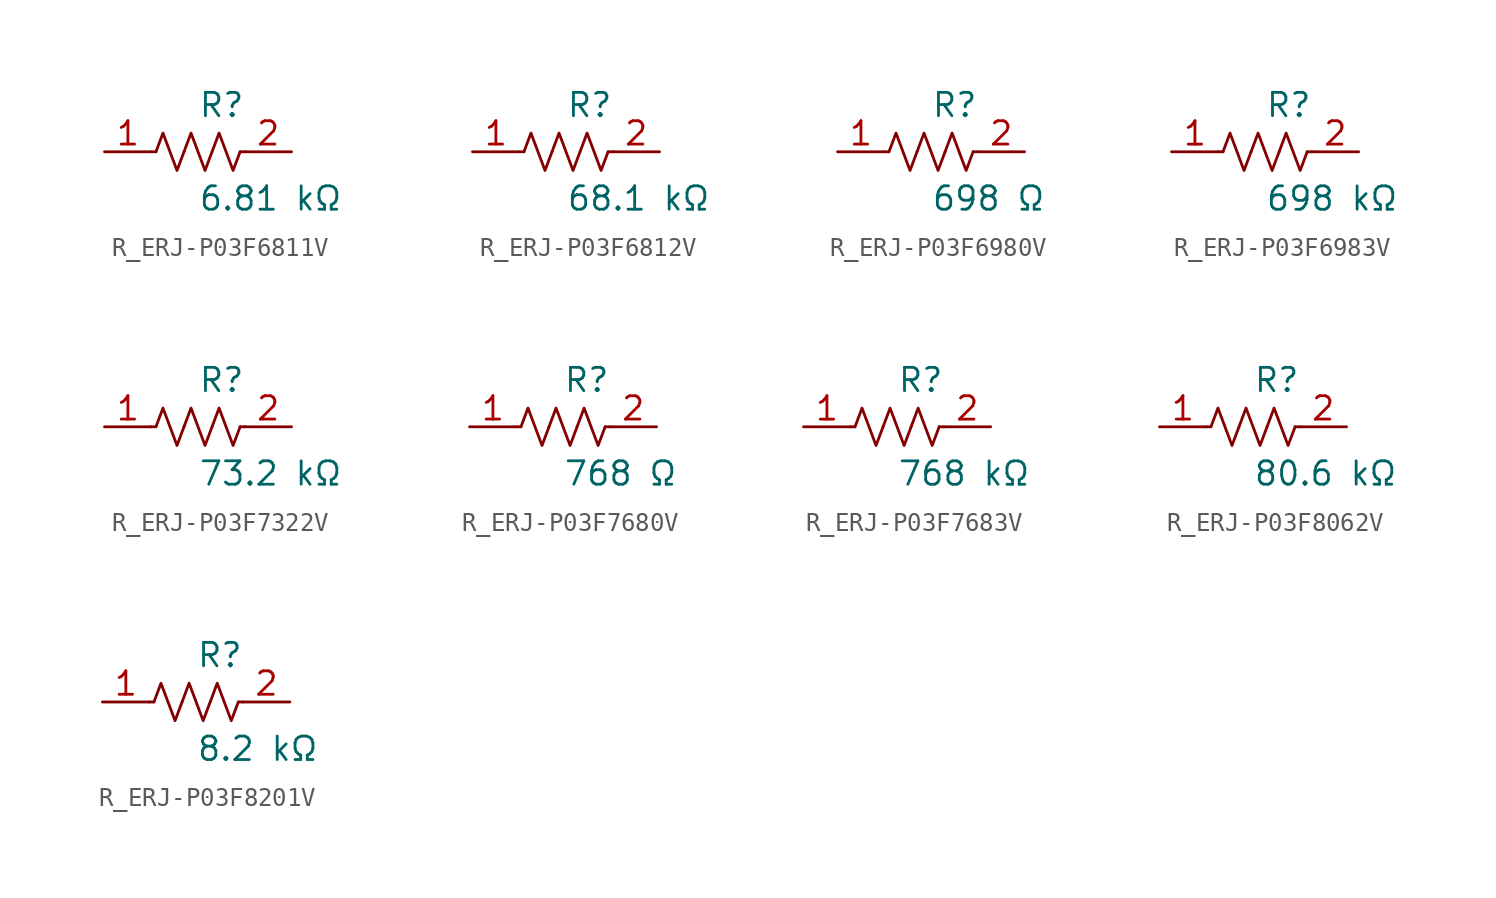
<source format=kicad_sym>
(kicad_symbol_lib
  (version 20231120)
  (generator kicad_symbol_editor)
  (generator_version 8.0)
  (symbol "R_ERJ-P03F6811V"
    (pin_names
      (offset 0.254))
    (property "Reference" "R"
      (at 0.0 2.54 0)
      (effects (font (size 1.27 1.27)) (justify left)))
    (property "Value" "6.81 kΩ"
      (at 0.0 -2.54 0)
      (effects (font (size 1.27 1.27)) (justify left)))
    (symbol "R_ERJ-P03F6811V_0_1"
      (polyline (pts (xy 2.286 0) (xy 2.54 0)) (stroke (width 0) (type default)) (fill (type none)))
      (polyline (pts (xy -2.286 0) (xy -2.54 0)) (stroke (width 0) (type default)) (fill (type none)))
      (polyline (pts (xy 0.762 0) (xy 1.143 1.016) (xy 1.524 0) (xy 1.905 -1.016) (xy 2.286 0)) (stroke (width 0) (type default)) (fill (type none)))
      (polyline (pts (xy -0.762 0) (xy -0.381 1.016) (xy 0 0) (xy 0.381 -1.016) (xy 0.762 0)) (stroke (width 0) (type default)) (fill (type none)))
      (polyline (pts (xy -2.286 0) (xy -1.905 1.016) (xy -1.524 0) (xy -1.143 -1.016) (xy -0.762 0)) (stroke (width 0) (type default)) (fill (type none))))
    (pin unspecified line
      (at -5.08 0 0)
      (length 2.54)
      (name "" (effects (font (size 1.27 1.27))))
      (number "1" (effects (font (size 1.27 1.27)))))
    (pin unspecified line
      (at 5.08 0 180)
      (length 2.54)
      (name "" (effects (font (size 1.27 1.27))))
      (number "2" (effects (font (size 1.27 1.27))))))
  (symbol "R_ERJ-P03F6812V"
    (pin_names
      (offset 0.254))
    (property "Reference" "R"
      (at 0.0 2.54 0)
      (effects (font (size 1.27 1.27)) (justify left)))
    (property "Value" "68.1 kΩ"
      (at 0.0 -2.54 0)
      (effects (font (size 1.27 1.27)) (justify left)))
    (symbol "R_ERJ-P03F6812V_0_1"
      (polyline (pts (xy 2.286 0) (xy 2.54 0)) (stroke (width 0) (type default)) (fill (type none)))
      (polyline (pts (xy -2.286 0) (xy -2.54 0)) (stroke (width 0) (type default)) (fill (type none)))
      (polyline (pts (xy 0.762 0) (xy 1.143 1.016) (xy 1.524 0) (xy 1.905 -1.016) (xy 2.286 0)) (stroke (width 0) (type default)) (fill (type none)))
      (polyline (pts (xy -0.762 0) (xy -0.381 1.016) (xy 0 0) (xy 0.381 -1.016) (xy 0.762 0)) (stroke (width 0) (type default)) (fill (type none)))
      (polyline (pts (xy -2.286 0) (xy -1.905 1.016) (xy -1.524 0) (xy -1.143 -1.016) (xy -0.762 0)) (stroke (width 0) (type default)) (fill (type none))))
    (pin unspecified line
      (at -5.08 0 0)
      (length 2.54)
      (name "" (effects (font (size 1.27 1.27))))
      (number "1" (effects (font (size 1.27 1.27)))))
    (pin unspecified line
      (at 5.08 0 180)
      (length 2.54)
      (name "" (effects (font (size 1.27 1.27))))
      (number "2" (effects (font (size 1.27 1.27))))))
  (symbol "R_ERJ-P03F6980V"
    (pin_names
      (offset 0.254))
    (property "Reference" "R"
      (at 0.0 2.54 0)
      (effects (font (size 1.27 1.27)) (justify left)))
    (property "Value" "698 Ω"
      (at 0.0 -2.54 0)
      (effects (font (size 1.27 1.27)) (justify left)))
    (symbol "R_ERJ-P03F6980V_0_1"
      (polyline (pts (xy 2.286 0) (xy 2.54 0)) (stroke (width 0) (type default)) (fill (type none)))
      (polyline (pts (xy -2.286 0) (xy -2.54 0)) (stroke (width 0) (type default)) (fill (type none)))
      (polyline (pts (xy 0.762 0) (xy 1.143 1.016) (xy 1.524 0) (xy 1.905 -1.016) (xy 2.286 0)) (stroke (width 0) (type default)) (fill (type none)))
      (polyline (pts (xy -0.762 0) (xy -0.381 1.016) (xy 0 0) (xy 0.381 -1.016) (xy 0.762 0)) (stroke (width 0) (type default)) (fill (type none)))
      (polyline (pts (xy -2.286 0) (xy -1.905 1.016) (xy -1.524 0) (xy -1.143 -1.016) (xy -0.762 0)) (stroke (width 0) (type default)) (fill (type none))))
    (pin unspecified line
      (at -5.08 0 0)
      (length 2.54)
      (name "" (effects (font (size 1.27 1.27))))
      (number "1" (effects (font (size 1.27 1.27)))))
    (pin unspecified line
      (at 5.08 0 180)
      (length 2.54)
      (name "" (effects (font (size 1.27 1.27))))
      (number "2" (effects (font (size 1.27 1.27))))))
  (symbol "R_ERJ-P03F6983V"
    (pin_names
      (offset 0.254))
    (property "Reference" "R"
      (at 0.0 2.54 0)
      (effects (font (size 1.27 1.27)) (justify left)))
    (property "Value" "698 kΩ"
      (at 0.0 -2.54 0)
      (effects (font (size 1.27 1.27)) (justify left)))
    (symbol "R_ERJ-P03F6983V_0_1"
      (polyline (pts (xy 2.286 0) (xy 2.54 0)) (stroke (width 0) (type default)) (fill (type none)))
      (polyline (pts (xy -2.286 0) (xy -2.54 0)) (stroke (width 0) (type default)) (fill (type none)))
      (polyline (pts (xy 0.762 0) (xy 1.143 1.016) (xy 1.524 0) (xy 1.905 -1.016) (xy 2.286 0)) (stroke (width 0) (type default)) (fill (type none)))
      (polyline (pts (xy -0.762 0) (xy -0.381 1.016) (xy 0 0) (xy 0.381 -1.016) (xy 0.762 0)) (stroke (width 0) (type default)) (fill (type none)))
      (polyline (pts (xy -2.286 0) (xy -1.905 1.016) (xy -1.524 0) (xy -1.143 -1.016) (xy -0.762 0)) (stroke (width 0) (type default)) (fill (type none))))
    (pin unspecified line
      (at -5.08 0 0)
      (length 2.54)
      (name "" (effects (font (size 1.27 1.27))))
      (number "1" (effects (font (size 1.27 1.27)))))
    (pin unspecified line
      (at 5.08 0 180)
      (length 2.54)
      (name "" (effects (font (size 1.27 1.27))))
      (number "2" (effects (font (size 1.27 1.27))))))
  (symbol "R_ERJ-P03F7322V"
    (pin_names
      (offset 0.254))
    (property "Reference" "R"
      (at 0.0 2.54 0)
      (effects (font (size 1.27 1.27)) (justify left)))
    (property "Value" "73.2 kΩ"
      (at 0.0 -2.54 0)
      (effects (font (size 1.27 1.27)) (justify left)))
    (symbol "R_ERJ-P03F7322V_0_1"
      (polyline (pts (xy 2.286 0) (xy 2.54 0)) (stroke (width 0) (type default)) (fill (type none)))
      (polyline (pts (xy -2.286 0) (xy -2.54 0)) (stroke (width 0) (type default)) (fill (type none)))
      (polyline (pts (xy 0.762 0) (xy 1.143 1.016) (xy 1.524 0) (xy 1.905 -1.016) (xy 2.286 0)) (stroke (width 0) (type default)) (fill (type none)))
      (polyline (pts (xy -0.762 0) (xy -0.381 1.016) (xy 0 0) (xy 0.381 -1.016) (xy 0.762 0)) (stroke (width 0) (type default)) (fill (type none)))
      (polyline (pts (xy -2.286 0) (xy -1.905 1.016) (xy -1.524 0) (xy -1.143 -1.016) (xy -0.762 0)) (stroke (width 0) (type default)) (fill (type none))))
    (pin unspecified line
      (at -5.08 0 0)
      (length 2.54)
      (name "" (effects (font (size 1.27 1.27))))
      (number "1" (effects (font (size 1.27 1.27)))))
    (pin unspecified line
      (at 5.08 0 180)
      (length 2.54)
      (name "" (effects (font (size 1.27 1.27))))
      (number "2" (effects (font (size 1.27 1.27))))))
  (symbol "R_ERJ-P03F7680V"
    (pin_names
      (offset 0.254))
    (property "Reference" "R"
      (at 0.0 2.54 0)
      (effects (font (size 1.27 1.27)) (justify left)))
    (property "Value" "768 Ω"
      (at 0.0 -2.54 0)
      (effects (font (size 1.27 1.27)) (justify left)))
    (symbol "R_ERJ-P03F7680V_0_1"
      (polyline (pts (xy 2.286 0) (xy 2.54 0)) (stroke (width 0) (type default)) (fill (type none)))
      (polyline (pts (xy -2.286 0) (xy -2.54 0)) (stroke (width 0) (type default)) (fill (type none)))
      (polyline (pts (xy 0.762 0) (xy 1.143 1.016) (xy 1.524 0) (xy 1.905 -1.016) (xy 2.286 0)) (stroke (width 0) (type default)) (fill (type none)))
      (polyline (pts (xy -0.762 0) (xy -0.381 1.016) (xy 0 0) (xy 0.381 -1.016) (xy 0.762 0)) (stroke (width 0) (type default)) (fill (type none)))
      (polyline (pts (xy -2.286 0) (xy -1.905 1.016) (xy -1.524 0) (xy -1.143 -1.016) (xy -0.762 0)) (stroke (width 0) (type default)) (fill (type none))))
    (pin unspecified line
      (at -5.08 0 0)
      (length 2.54)
      (name "" (effects (font (size 1.27 1.27))))
      (number "1" (effects (font (size 1.27 1.27)))))
    (pin unspecified line
      (at 5.08 0 180)
      (length 2.54)
      (name "" (effects (font (size 1.27 1.27))))
      (number "2" (effects (font (size 1.27 1.27))))))
  (symbol "R_ERJ-P03F7683V"
    (pin_names
      (offset 0.254))
    (property "Reference" "R"
      (at 0.0 2.54 0)
      (effects (font (size 1.27 1.27)) (justify left)))
    (property "Value" "768 kΩ"
      (at 0.0 -2.54 0)
      (effects (font (size 1.27 1.27)) (justify left)))
    (symbol "R_ERJ-P03F7683V_0_1"
      (polyline (pts (xy 2.286 0) (xy 2.54 0)) (stroke (width 0) (type default)) (fill (type none)))
      (polyline (pts (xy -2.286 0) (xy -2.54 0)) (stroke (width 0) (type default)) (fill (type none)))
      (polyline (pts (xy 0.762 0) (xy 1.143 1.016) (xy 1.524 0) (xy 1.905 -1.016) (xy 2.286 0)) (stroke (width 0) (type default)) (fill (type none)))
      (polyline (pts (xy -0.762 0) (xy -0.381 1.016) (xy 0 0) (xy 0.381 -1.016) (xy 0.762 0)) (stroke (width 0) (type default)) (fill (type none)))
      (polyline (pts (xy -2.286 0) (xy -1.905 1.016) (xy -1.524 0) (xy -1.143 -1.016) (xy -0.762 0)) (stroke (width 0) (type default)) (fill (type none))))
    (pin unspecified line
      (at -5.08 0 0)
      (length 2.54)
      (name "" (effects (font (size 1.27 1.27))))
      (number "1" (effects (font (size 1.27 1.27)))))
    (pin unspecified line
      (at 5.08 0 180)
      (length 2.54)
      (name "" (effects (font (size 1.27 1.27))))
      (number "2" (effects (font (size 1.27 1.27))))))
  (symbol "R_ERJ-P03F8062V"
    (pin_names
      (offset 0.254))
    (property "Reference" "R"
      (at 0.0 2.54 0)
      (effects (font (size 1.27 1.27)) (justify left)))
    (property "Value" "80.6 kΩ"
      (at 0.0 -2.54 0)
      (effects (font (size 1.27 1.27)) (justify left)))
    (symbol "R_ERJ-P03F8062V_0_1"
      (polyline (pts (xy 2.286 0) (xy 2.54 0)) (stroke (width 0) (type default)) (fill (type none)))
      (polyline (pts (xy -2.286 0) (xy -2.54 0)) (stroke (width 0) (type default)) (fill (type none)))
      (polyline (pts (xy 0.762 0) (xy 1.143 1.016) (xy 1.524 0) (xy 1.905 -1.016) (xy 2.286 0)) (stroke (width 0) (type default)) (fill (type none)))
      (polyline (pts (xy -0.762 0) (xy -0.381 1.016) (xy 0 0) (xy 0.381 -1.016) (xy 0.762 0)) (stroke (width 0) (type default)) (fill (type none)))
      (polyline (pts (xy -2.286 0) (xy -1.905 1.016) (xy -1.524 0) (xy -1.143 -1.016) (xy -0.762 0)) (stroke (width 0) (type default)) (fill (type none))))
    (pin unspecified line
      (at -5.08 0 0)
      (length 2.54)
      (name "" (effects (font (size 1.27 1.27))))
      (number "1" (effects (font (size 1.27 1.27)))))
    (pin unspecified line
      (at 5.08 0 180)
      (length 2.54)
      (name "" (effects (font (size 1.27 1.27))))
      (number "2" (effects (font (size 1.27 1.27))))))
  (symbol "R_ERJ-P03F8201V"
    (pin_names
      (offset 0.254))
    (property "Reference" "R"
      (at 0.0 2.54 0)
      (effects (font (size 1.27 1.27)) (justify left)))
    (property "Value" "8.2 kΩ"
      (at 0.0 -2.54 0)
      (effects (font (size 1.27 1.27)) (justify left)))
    (symbol "R_ERJ-P03F8201V_0_1"
      (polyline (pts (xy 2.286 0) (xy 2.54 0)) (stroke (width 0) (type default)) (fill (type none)))
      (polyline (pts (xy -2.286 0) (xy -2.54 0)) (stroke (width 0) (type default)) (fill (type none)))
      (polyline (pts (xy 0.762 0) (xy 1.143 1.016) (xy 1.524 0) (xy 1.905 -1.016) (xy 2.286 0)) (stroke (width 0) (type default)) (fill (type none)))
      (polyline (pts (xy -0.762 0) (xy -0.381 1.016) (xy 0 0) (xy 0.381 -1.016) (xy 0.762 0)) (stroke (width 0) (type default)) (fill (type none)))
      (polyline (pts (xy -2.286 0) (xy -1.905 1.016) (xy -1.524 0) (xy -1.143 -1.016) (xy -0.762 0)) (stroke (width 0) (type default)) (fill (type none))))
    (pin unspecified line
      (at -5.08 0 0)
      (length 2.54)
      (name "" (effects (font (size 1.27 1.27))))
      (number "1" (effects (font (size 1.27 1.27)))))
    (pin unspecified line
      (at 5.08 0 180)
      (length 2.54)
      (name "" (effects (font (size 1.27 1.27))))
      (number "2" (effects (font (size 1.27 1.27)))))))
</source>
